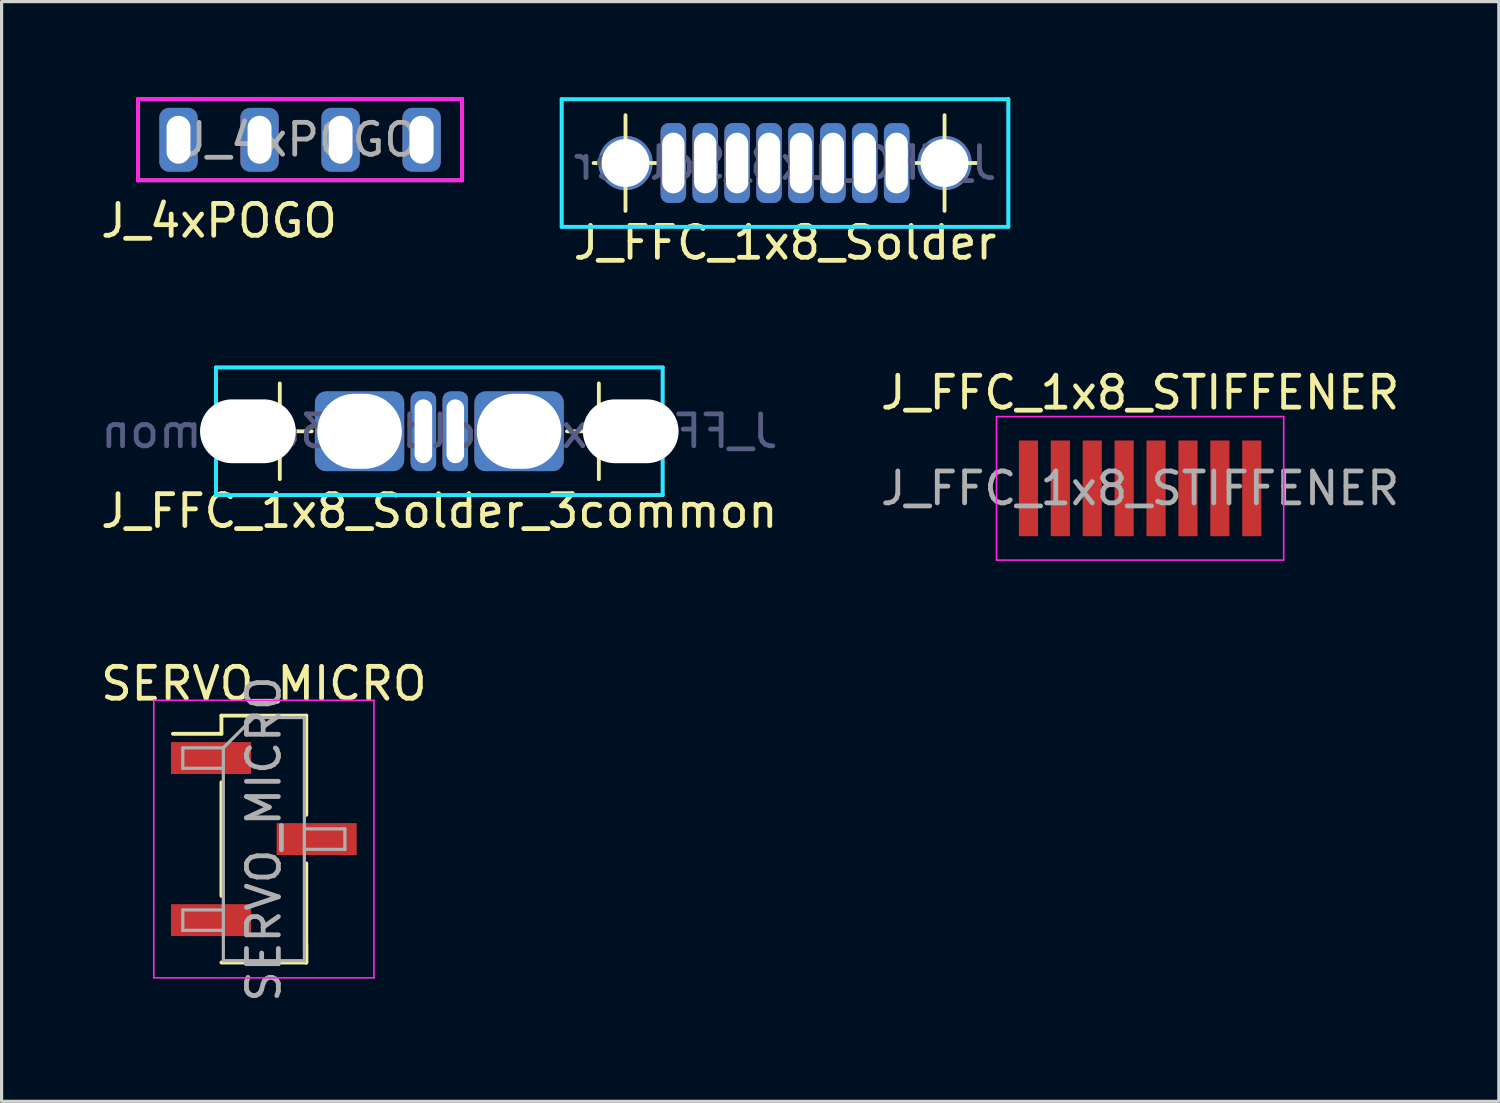
<source format=kicad_pcb>
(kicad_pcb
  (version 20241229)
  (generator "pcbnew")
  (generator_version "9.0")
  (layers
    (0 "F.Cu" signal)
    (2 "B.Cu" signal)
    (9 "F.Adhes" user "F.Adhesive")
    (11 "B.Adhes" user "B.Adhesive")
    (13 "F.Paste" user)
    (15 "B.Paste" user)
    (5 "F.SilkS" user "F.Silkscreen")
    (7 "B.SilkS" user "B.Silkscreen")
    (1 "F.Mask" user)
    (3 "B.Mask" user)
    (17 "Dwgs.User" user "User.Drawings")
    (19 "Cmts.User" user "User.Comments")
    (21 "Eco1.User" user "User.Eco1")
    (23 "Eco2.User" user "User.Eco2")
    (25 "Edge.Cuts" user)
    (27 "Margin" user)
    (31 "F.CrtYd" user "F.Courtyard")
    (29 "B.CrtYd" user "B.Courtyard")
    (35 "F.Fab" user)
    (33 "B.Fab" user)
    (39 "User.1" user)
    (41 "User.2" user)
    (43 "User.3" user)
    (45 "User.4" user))
  (footprint "SERVO_MICRO"
    (layer "F.Cu")
    (at 5.22 23.25)
    (property "Reference" "SERVO_MICRO" (at 0 -4.87 0) (layer "F.SilkS") (effects (font (size 1 1) (thickness 0.15))))
    (attr smd)
    (fp_line (start -1.33 -3.87) (end -1.33 -3.3) (stroke (width 0.12) (type solid)) (layer "F.SilkS"))
    (fp_line (start -1.33 -3.87) (end 1.33 -3.87) (stroke (width 0.12) (type solid)) (layer "F.SilkS"))
    (fp_line (start -1.33 -3.3) (end -2.85 -3.3) (stroke (width 0.12) (type solid)) (layer "F.SilkS"))
    (fp_line (start -1.33 -1.78) (end -1.33 1.78) (stroke (width 0.12) (type solid)) (layer "F.SilkS"))
    (fp_line (start -1.33 3.87) (end 1.33 3.87) (stroke (width 0.12) (type solid)) (layer "F.SilkS"))
    (fp_line (start 1.33 -3.87) (end 1.33 -0.76) (stroke (width 0.12) (type solid)) (layer "F.SilkS"))
    (fp_line (start 1.33 0.76) (end 1.33 3.87) (stroke (width 0.12) (type solid)) (layer "F.SilkS"))
    (fp_line (start 1.33 3.3) (end 1.33 3.87) (stroke (width 0.12) (type solid)) (layer "F.SilkS"))
    (fp_line (start -3.45 -4.35) (end -3.45 4.35) (stroke (width 0.05) (type solid)) (layer "F.CrtYd"))
    (fp_line (start -3.45 4.35) (end 3.45 4.35) (stroke (width 0.05) (type solid)) (layer "F.CrtYd"))
    (fp_line (start 3.45 -4.35) (end -3.45 -4.35) (stroke (width 0.05) (type solid)) (layer "F.CrtYd"))
    (fp_line (start 3.45 4.35) (end 3.45 -4.35) (stroke (width 0.05) (type solid)) (layer "F.CrtYd"))
    (fp_line (start -2.54 -2.86) (end -2.54 -2.22) (stroke (width 0.1) (type solid)) (layer "F.Fab"))
    (fp_line (start -2.54 -2.22) (end -1.27 -2.22) (stroke (width 0.1) (type solid)) (layer "F.Fab"))
    (fp_line (start -2.54 2.22) (end -2.54 2.86) (stroke (width 0.1) (type solid)) (layer "F.Fab"))
    (fp_line (start -2.54 2.86) (end -1.27 2.86) (stroke (width 0.1) (type solid)) (layer "F.Fab"))
    (fp_line (start -1.27 -2.86) (end -2.54 -2.86) (stroke (width 0.1) (type solid)) (layer "F.Fab"))
    (fp_line (start -1.27 -2.86) (end -0.32 -3.81) (stroke (width 0.1) (type solid)) (layer "F.Fab"))
    (fp_line (start -1.27 2.22) (end -2.54 2.22) (stroke (width 0.1) (type solid)) (layer "F.Fab"))
    (fp_line (start -1.27 3.81) (end -1.27 -2.86) (stroke (width 0.1) (type solid)) (layer "F.Fab"))
    (fp_line (start -0.32 -3.81) (end 1.27 -3.81) (stroke (width 0.1) (type solid)) (layer "F.Fab"))
    (fp_line (start 1.27 -3.81) (end 1.27 3.81) (stroke (width 0.1) (type solid)) (layer "F.Fab"))
    (fp_line (start 1.27 -0.32) (end 2.54 -0.32) (stroke (width 0.1) (type solid)) (layer "F.Fab"))
    (fp_line (start 1.27 3.81) (end -1.27 3.81) (stroke (width 0.1) (type solid)) (layer "F.Fab"))
    (fp_line (start 2.54 -0.32) (end 2.54 0.32) (stroke (width 0.1) (type solid)) (layer "F.Fab"))
    (fp_line (start 2.54 0.32) (end 1.27 0.32) (stroke (width 0.1) (type solid)) (layer "F.Fab"))
    (fp_text user "${REFERENCE}" (at 0 0 90) (layer "F.Fab") (effects (font (size 1 1) (thickness 0.15))))
    (pad "1" smd rect (at -1.655 -2.54) (size 2.51 1) (layers "F.Cu" "F.Mask" "F.Paste"))
    (pad "2" smd rect (at 1.655 0) (size 2.51 1) (layers "F.Cu" "F.Mask" "F.Paste"))
    (pad "3" smd rect (at -1.655 2.54) (size 2.51 1) (layers "F.Cu" "F.Mask" "F.Paste")))
  (footprint "J_FFC_1x8_STIFFENER"
    (layer "F.Cu")
    (at 32.685 12.257)
    (property "Reference" "J_FFC_1x8_STIFFENER" (at 0 -3 180) (layer "F.SilkS") (effects (font (size 1 1) (thickness 0.15))))
    (attr smd)
    (fp_line (start -4.5 -2.25) (end -4.5 2.25) (stroke (width 0.05) (type solid)) (layer "F.CrtYd"))
    (fp_line (start -4.5 2.25) (end 4.5 2.25) (stroke (width 0.05) (type solid)) (layer "F.CrtYd"))
    (fp_line (start 4.5 -2.25) (end -4.5 -2.25) (stroke (width 0.05) (type solid)) (layer "F.CrtYd"))
    (fp_line (start 4.5 2.25) (end 4.5 -2.25) (stroke (width 0.05) (type solid)) (layer "F.CrtYd"))
    (fp_text user "${REFERENCE}" (at 0 0 180) (layer "F.Fab") (effects (font (size 1 1) (thickness 0.15))))
    (pad "1" smd rect (at -3.5 0 90) (size 3 0.6) (layers "F.Cu" "F.Mask" "F.Paste"))
    (pad "2" smd rect (at -2.5 0 90) (size 3 0.6) (layers "F.Cu" "F.Mask" "F.Paste"))
    (pad "3" smd rect (at -1.5 0 90) (size 3 0.6) (layers "F.Cu" "F.Mask" "F.Paste"))
    (pad "4" smd rect (at -0.5 0 90) (size 3 0.6) (layers "F.Cu" "F.Mask" "F.Paste"))
    (pad "5" smd rect (at 0.5 0 90) (size 3 0.6) (layers "F.Cu" "F.Mask" "F.Paste"))
    (pad "6" smd rect (at 1.5 0 90) (size 3 0.6) (layers "F.Cu" "F.Mask" "F.Paste"))
    (pad "7" smd rect (at 2.5 0 90) (size 3 0.6) (layers "F.Cu" "F.Mask" "F.Paste"))
    (pad "8" smd rect (at 3.5 0 90) (size 3 0.6) (layers "F.Cu" "F.Mask" "F.Paste")))
  (footprint "J_FFC_1x8_Solder_3common"
    (layer "F.Cu")
    (at 10.72 10.468)
    (property "Reference" "J_FFC_1x8_Solder_3common" (at 0 2.5 0) (layer "F.SilkS") (effects (font (size 1 1) (thickness 0.15))))
    (attr smd)
    (fp_line (start -5 -1.5) (end -5 1.5) (stroke (width 0.12) (type solid)) (layer "F.SilkS"))
    (fp_line (start -4 0) (end -6 0) (stroke (width 0.12) (type solid)) (layer "F.SilkS"))
    (fp_line (start 4 0) (end 6 0) (stroke (width 0.12) (type solid)) (layer "F.SilkS"))
    (fp_line (start 5 -1.5) (end 5 1.5) (stroke (width 0.12) (type solid)) (layer "F.SilkS"))
    (fp_line (start -7 -2) (end 7 -2) (stroke (width 0.12) (type solid)) (layer "B.CrtYd"))
    (fp_line (start -7 2) (end -7 -2) (stroke (width 0.12) (type solid)) (layer "B.CrtYd"))
    (fp_line (start 7 -2) (end 7 2) (stroke (width 0.12) (type solid)) (layer "B.CrtYd"))
    (fp_line (start 7 2) (end -7 2) (stroke (width 0.12) (type solid)) (layer "B.CrtYd"))
    (fp_line (start -7 -2) (end 7 -2) (stroke (width 0.12) (type solid)) (layer "B.Fab"))
    (fp_line (start -7 2) (end -7 -2) (stroke (width 0.12) (type solid)) (layer "B.Fab"))
    (fp_line (start 7 -2) (end 7 2) (stroke (width 0.12) (type solid)) (layer "B.Fab"))
    (fp_line (start 7 2) (end -7 2) (stroke (width 0.12) (type solid)) (layer "B.Fab"))
    (fp_text user "${REFERENCE}" (at 0 0 0) (layer "B.Fab") (effects (font (size 1 1) (thickness 0.15)) (justify mirror)))
    (pad "" np_thru_hole oval (at -6 0) (size 3 2) (drill oval 3 2) (layers "*.Cu" "*.Mask"))
    (pad "" np_thru_hole oval (at 6 0) (size 3 2) (drill oval 3 2) (layers "*.Cu" "*.Mask"))
    (pad "1" thru_hole roundrect (at -2.5 0) (size 2.8 2.5) (drill oval 2.65 2.35) (layers "*.Cu" "*.Mask") (roundrect_rratio 0.139))
    (pad "4" thru_hole roundrect (at -0.5 0) (size 0.8 2.5) (drill oval 0.55 2) (layers "*.Cu" "*.Mask") (roundrect_rratio 0.312))
    (pad "5" thru_hole roundrect (at 0.5 0) (size 0.8 2.5) (drill oval 0.55 2) (layers "*.Cu" "*.Mask") (roundrect_rratio 0.312))
    (pad "8" thru_hole roundrect (at 2.5 0) (size 2.8 2.5) (drill oval 2.65 2.35) (layers "*.Cu" "*.Mask") (roundrect_rratio 0.139)))
  (footprint "J_4xPOGO"
    (layer "F.Cu")
    (at 6.355 1.33)
    (property "Reference" "J_4xPOGO" (at -2.54 2.54 180) (layer "F.SilkS") (effects (font (size 1 1) (thickness 0.15))))
    (attr through_hole)
    (fp_line (start -5.08 -1.27) (end 5.08 -1.27) (stroke (width 0.12) (type solid)) (layer "F.CrtYd"))
    (fp_line (start -5.08 1.27) (end -5.08 -1.27) (stroke (width 0.12) (type solid)) (layer "F.CrtYd"))
    (fp_line (start 5.08 -1.27) (end 5.08 1.27) (stroke (width 0.12) (type solid)) (layer "F.CrtYd"))
    (fp_line (start 5.08 1.27) (end -5.08 1.27) (stroke (width 0.12) (type solid)) (layer "F.CrtYd"))
    (fp_line (start -5.08 -1.27) (end 5.08 -1.27) (stroke (width 0.12) (type solid)) (layer "F.Fab"))
    (fp_line (start -5.08 1.27) (end -5.08 -1.27) (stroke (width 0.12) (type solid)) (layer "F.Fab"))
    (fp_line (start 5.08 -1.27) (end 5.08 1.27) (stroke (width 0.12) (type solid)) (layer "F.Fab"))
    (fp_line (start 5.08 1.27) (end -5.08 1.27) (stroke (width 0.12) (type solid)) (layer "F.Fab"))
    (fp_text user "${REFERENCE}" (at 0 0 180) (layer "F.Fab") (effects (font (size 1 1) (thickness 0.15))))
    (pad "1" thru_hole roundrect (at -3.81 0 90) (size 2 1.2) (drill oval 1.5 0.75) (layers "*.Cu" "*.Mask") (roundrect_rratio 0.25))
    (pad "2" thru_hole roundrect (at -1.27 0 90) (size 2 1.2) (drill oval 1.5 0.75) (layers "*.Cu" "*.Mask") (roundrect_rratio 0.25))
    (pad "3" thru_hole roundrect (at 1.27 0 90) (size 2 1.2) (drill oval 1.5 0.75) (layers "*.Cu" "*.Mask") (roundrect_rratio 0.25))
    (pad "4" thru_hole roundrect (at 3.81 0 90) (size 2 1.2) (drill oval 1.5 0.75) (layers "*.Cu" "*.Mask") (roundrect_rratio 0.25)))
  (footprint "J_FFC_1x8_Solder"
    (layer "F.Cu")
    (at 21.555 2.06)
    (property "Reference" "J_FFC_1x8_Solder" (at 0 2.5 0) (layer "F.SilkS") (effects (font (size 1 1) (thickness 0.15))))
    (attr smd)
    (fp_line (start -5 -1.5) (end -5 1.5) (stroke (width 0.12) (type solid)) (layer "F.SilkS"))
    (fp_line (start -4 0) (end -6 0) (stroke (width 0.12) (type solid)) (layer "F.SilkS"))
    (fp_line (start 4 0) (end 6 0) (stroke (width 0.12) (type solid)) (layer "F.SilkS"))
    (fp_line (start 5 -1.5) (end 5 1.5) (stroke (width 0.12) (type solid)) (layer "F.SilkS"))
    (fp_line (start -7 -2) (end 7 -2) (stroke (width 0.12) (type solid)) (layer "B.CrtYd"))
    (fp_line (start -7 2) (end -7 -2) (stroke (width 0.12) (type solid)) (layer "B.CrtYd"))
    (fp_line (start 7 -2) (end 7 2) (stroke (width 0.12) (type solid)) (layer "B.CrtYd"))
    (fp_line (start 7 2) (end -7 2) (stroke (width 0.12) (type solid)) (layer "B.CrtYd"))
    (fp_line (start -7 -2) (end 7 -2) (stroke (width 0.12) (type solid)) (layer "B.Fab"))
    (fp_line (start -7 2) (end -7 -2) (stroke (width 0.12) (type solid)) (layer "B.Fab"))
    (fp_line (start 7 -2) (end 7 2) (stroke (width 0.12) (type solid)) (layer "B.Fab"))
    (fp_line (start 7 2) (end -7 2) (stroke (width 0.12) (type solid)) (layer "B.Fab"))
    (fp_text user "${REFERENCE}" (at 0 0 0) (layer "B.Fab") (effects (font (size 1 1) (thickness 0.15)) (justify mirror)))
    (pad "" thru_hole circle (at -5 0) (size 1.7 1.7) (drill 1.5) (layers "*.Cu" "*.Mask"))
    (pad "" thru_hole circle (at 5 0) (size 1.7 1.7) (drill 1.5) (layers "*.Cu" "*.Mask"))
    (pad "1" thru_hole roundrect (at -3.5 0) (size 0.8 2.5) (drill oval 0.7 1.9) (layers "*.Cu" "*.Mask") (roundrect_rratio 0.312))
    (pad "2" thru_hole roundrect (at -2.5 0) (size 0.8 2.5) (drill oval 0.7 1.9) (layers "*.Cu" "*.Mask") (roundrect_rratio 0.312))
    (pad "3" thru_hole roundrect (at -1.5 0) (size 0.8 2.5) (drill oval 0.7 1.9) (layers "*.Cu" "*.Mask") (roundrect_rratio 0.312))
    (pad "4" thru_hole roundrect (at -0.5 0) (size 0.8 2.5) (drill oval 0.7 1.9) (layers "*.Cu" "*.Mask") (roundrect_rratio 0.312))
    (pad "5" thru_hole roundrect (at 0.5 0) (size 0.8 2.5) (drill oval 0.7 1.9) (layers "*.Cu" "*.Mask") (roundrect_rratio 0.312))
    (pad "6" thru_hole roundrect (at 1.5 0) (size 0.8 2.5) (drill oval 0.7 1.9) (layers "*.Cu" "*.Mask") (roundrect_rratio 0.312))
    (pad "7" thru_hole roundrect (at 2.5 0) (size 0.8 2.5) (drill oval 0.7 1.9) (layers "*.Cu" "*.Mask") (roundrect_rratio 0.312))
    (pad "8" thru_hole roundrect (at 3.5 0) (size 0.8 2.5) (drill oval 0.7 1.9) (layers "*.Cu" "*.Mask") (roundrect_rratio 0.312)))
  (gr_rect
    (start -3 -3)
    (end 43.929 31.47)
    (stroke (width 0.1) (type default))
    (fill no)
    (layer "Edge.Cuts")))
</source>
